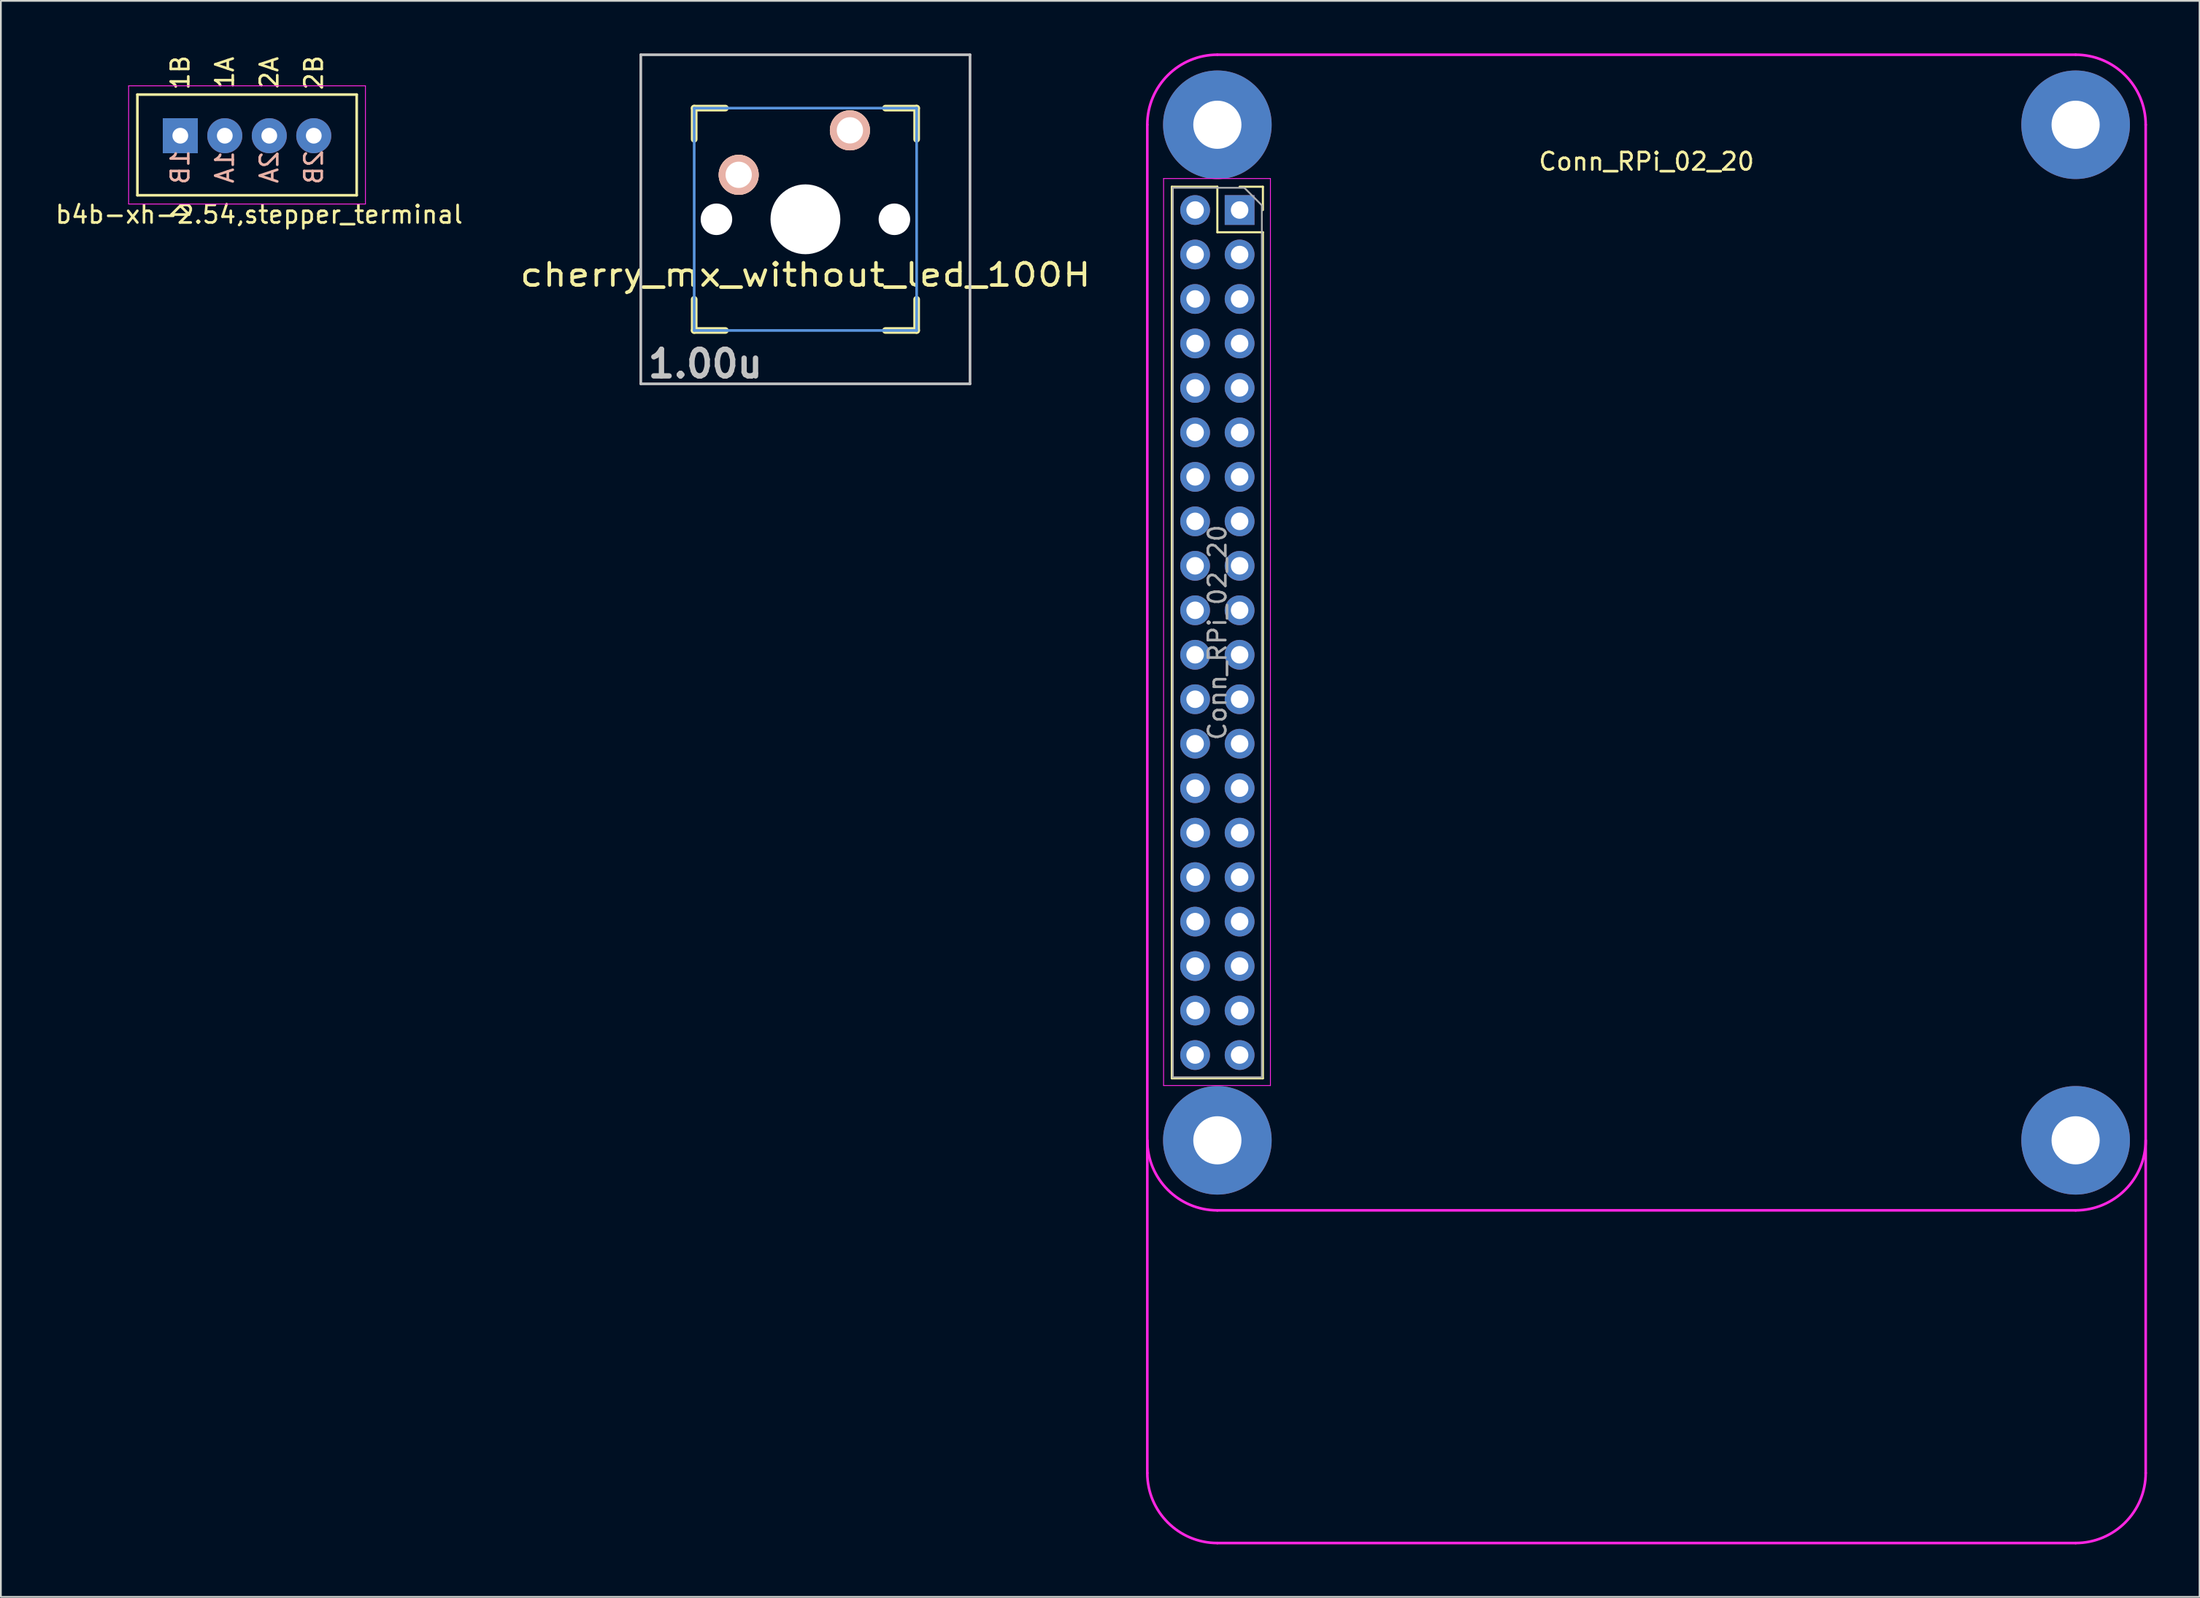
<source format=kicad_pcb>
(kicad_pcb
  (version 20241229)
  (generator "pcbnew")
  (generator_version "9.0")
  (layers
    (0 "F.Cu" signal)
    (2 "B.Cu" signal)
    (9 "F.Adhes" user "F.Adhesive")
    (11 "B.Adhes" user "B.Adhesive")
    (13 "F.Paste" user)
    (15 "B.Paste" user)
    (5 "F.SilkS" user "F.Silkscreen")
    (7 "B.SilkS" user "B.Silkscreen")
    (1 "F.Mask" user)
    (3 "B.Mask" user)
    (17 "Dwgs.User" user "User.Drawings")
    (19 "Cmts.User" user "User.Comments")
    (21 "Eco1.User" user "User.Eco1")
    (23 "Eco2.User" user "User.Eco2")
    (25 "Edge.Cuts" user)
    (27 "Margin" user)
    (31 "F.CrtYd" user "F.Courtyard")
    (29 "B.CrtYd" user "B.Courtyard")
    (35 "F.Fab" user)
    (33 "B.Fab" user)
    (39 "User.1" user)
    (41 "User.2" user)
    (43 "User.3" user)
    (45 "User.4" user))
  (footprint "cherry_mx_without_led_100H"
    (layer "F.Cu")
    (at 42.933 9.474)
    (property "Reference" "cherry_mx_without_led_100H" (at 0 3.175 0) (layer "F.SilkS") (effects (font (size 1.27 1.524) (thickness 0.203))))
    (attr through_hole)
    (fp_line (start -6.35 -6.35) (end -4.572 -6.35) (stroke (width 0.381) (type solid)) (layer "F.SilkS"))
    (fp_line (start -6.35 -4.572) (end -6.35 -6.35) (stroke (width 0.381) (type solid)) (layer "F.SilkS"))
    (fp_line (start -6.35 6.35) (end -6.35 4.572) (stroke (width 0.381) (type solid)) (layer "F.SilkS"))
    (fp_line (start -4.572 6.35) (end -6.35 6.35) (stroke (width 0.381) (type solid)) (layer "F.SilkS"))
    (fp_line (start 4.572 -6.35) (end 6.35 -6.35) (stroke (width 0.381) (type solid)) (layer "F.SilkS"))
    (fp_line (start 6.35 -6.35) (end 6.35 -4.572) (stroke (width 0.381) (type solid)) (layer "F.SilkS"))
    (fp_line (start 6.35 4.572) (end 6.35 6.35) (stroke (width 0.381) (type solid)) (layer "F.SilkS"))
    (fp_line (start 6.35 6.35) (end 4.572 6.35) (stroke (width 0.381) (type solid)) (layer "F.SilkS"))
    (fp_line (start -9.398 -9.398) (end 9.398 -9.398) (stroke (width 0.152) (type solid)) (layer "Dwgs.User"))
    (fp_line (start -9.398 9.398) (end -9.398 -9.398) (stroke (width 0.152) (type solid)) (layer "Dwgs.User"))
    (fp_line (start 9.398 -9.398) (end 9.398 9.398) (stroke (width 0.152) (type solid)) (layer "Dwgs.User"))
    (fp_line (start 9.398 9.398) (end -9.398 9.398) (stroke (width 0.152) (type solid)) (layer "Dwgs.User"))
    (fp_line (start -6.35 -6.35) (end 6.35 -6.35) (stroke (width 0.152) (type solid)) (layer "Cmts.User"))
    (fp_line (start -6.35 6.35) (end -6.35 -6.35) (stroke (width 0.152) (type solid)) (layer "Cmts.User"))
    (fp_line (start 6.35 -6.35) (end 6.35 6.35) (stroke (width 0.152) (type solid)) (layer "Cmts.User"))
    (fp_line (start 6.35 6.35) (end -6.35 6.35) (stroke (width 0.152) (type solid)) (layer "Cmts.User"))
    (fp_line (start -6.985 -6.985) (end 6.985 -6.985) (stroke (width 0.152) (type solid)) (layer "Eco2.User"))
    (fp_line (start -6.985 6.985) (end -6.985 -6.985) (stroke (width 0.152) (type solid)) (layer "Eco2.User"))
    (fp_line (start 6.985 -6.985) (end 6.985 6.985) (stroke (width 0.152) (type solid)) (layer "Eco2.User"))
    (fp_line (start 6.985 6.985) (end -6.985 6.985) (stroke (width 0.152) (type solid)) (layer "Eco2.User"))
    (fp_text user "1.00u" (at -5.715 8.255 0) (layer "Dwgs.User") (effects (font (size 1.524 1.524) (thickness 0.305))))
    (pad "" np_thru_hole circle (at -5.08 0) (size 1.8 1.8) (drill 1.8) (layers "*.Cu"))
    (pad "" np_thru_hole circle (at 0 0) (size 3.988 3.988) (drill 3.988) (layers "*.Cu"))
    (pad "" np_thru_hole circle (at 5.08 0) (size 1.8 1.8) (drill 1.8) (layers "*.Cu"))
    (pad "1" thru_hole circle (at 2.54 -5.08) (size 2.286 2.286) (drill 1.499) (layers "*.Cu" "*.SilkS" "*.Mask"))
    (pad "2" thru_hole circle (at -3.81 -2.54) (size 2.286 2.286) (drill 1.499) (layers "*.Cu" "*.SilkS" "*.Mask")))
  (footprint "b4b-xh-2.54,stepper_terminal"
    (layer "F.Cu")
    (at 7.244 4.701)
    (property "Reference" "b4b-xh-2.54,stepper_terminal" (at 4.5 4.5 0) (layer "F.SilkS") (effects (font (size 1 1) (thickness 0.15))))
    (attr through_hole)
    (fp_line (start -2.45 -2.35) (end -2.45 3.4) (stroke (width 0.15) (type solid)) (layer "F.SilkS"))
    (fp_line (start -2.45 -2.35) (end 10.07 -2.35) (stroke (width 0.15) (type solid)) (layer "F.SilkS"))
    (fp_line (start -2.45 3.4) (end 10.07 3.4) (stroke (width 0.15) (type solid)) (layer "F.SilkS"))
    (fp_line (start -0.5 4.5) (end 0.5 4.5) (stroke (width 0.15) (type solid)) (layer "F.SilkS"))
    (fp_line (start 0 4) (end -0.5 4.5) (stroke (width 0.15) (type solid)) (layer "F.SilkS"))
    (fp_line (start 0 4) (end 0.5 4.5) (stroke (width 0.15) (type solid)) (layer "F.SilkS"))
    (fp_line (start 10.07 -2.35) (end 10.07 3.4) (stroke (width 0.15) (type solid)) (layer "F.SilkS"))
    (fp_line (start -2.95 -2.85) (end -2.95 3.9) (stroke (width 0.05) (type solid)) (layer "F.CrtYd"))
    (fp_line (start -2.95 -2.85) (end 10.57 -2.85) (stroke (width 0.05) (type solid)) (layer "F.CrtYd"))
    (fp_line (start -2.95 3.9) (end 10.57 3.9) (stroke (width 0.05) (type solid)) (layer "F.CrtYd"))
    (fp_line (start 10.57 -2.85) (end 10.57 3.9) (stroke (width 0.05) (type solid)) (layer "F.CrtYd"))
    (fp_text user "2B" (at 7.62 -3.6 90) (layer "F.SilkS") (effects (font (size 1 1) (thickness 0.15))))
    (fp_text user "1B" (at 0 -3.6 90) (layer "F.SilkS") (effects (font (size 1 1) (thickness 0.15))))
    (fp_text user "2A" (at 5.08 -3.6 90) (layer "F.SilkS") (effects (font (size 1 1) (thickness 0.15))))
    (fp_text user "1A" (at 2.54 -3.6 90) (layer "F.SilkS") (effects (font (size 1 1) (thickness 0.15))))
    (fp_text user "2B" (at 7.62 1.8 90) (layer "B.SilkS") (effects (font (size 1 1) (thickness 0.15)) (justify mirror)))
    (fp_text user "1A" (at 2.54 1.8 90) (layer "B.SilkS") (effects (font (size 1 1) (thickness 0.15)) (justify mirror)))
    (fp_text user "1B" (at 0 1.8 90) (layer "B.SilkS") (effects (font (size 1 1) (thickness 0.15)) (justify mirror)))
    (fp_text user "2A" (at 5.08 1.8 90) (layer "B.SilkS") (effects (font (size 1 1) (thickness 0.15)) (justify mirror)))
    (pad "1" thru_hole rect (at 0 0) (size 2 2) (drill 0.9) (layers "*.Cu" "*.Mask"))
    (pad "2" thru_hole circle (at 2.54 0) (size 2 2) (drill 0.9) (layers "*.Cu" "*.Mask"))
    (pad "3" thru_hole circle (at 5.08 0) (size 2 2) (drill 0.9) (layers "*.Cu" "*.Mask"))
    (pad "4" thru_hole circle (at 7.62 0) (size 2 2) (drill 0.9) (layers "*.Cu" "*.Mask")))
  (footprint "Conn_RPi_02_20"
    (layer "F.Cu")
    (at 90.952 33.075)
    (property "Reference" "Conn_RPi_02_20" (at 0 -26.9 0) (layer "F.SilkS") (effects (font (size 1 1) (thickness 0.15))))
    (attr through_hole)
    (fp_line (start -27.1 -25.46) (end -27.1 25.46) (stroke (width 0.12) (type solid)) (layer "F.SilkS"))
    (fp_line (start -27.1 -25.46) (end -24.5 -25.46) (stroke (width 0.12) (type solid)) (layer "F.SilkS"))
    (fp_line (start -27.1 25.46) (end -21.9 25.46) (stroke (width 0.12) (type solid)) (layer "F.SilkS"))
    (fp_line (start -24.5 -25.46) (end -24.5 -22.86) (stroke (width 0.12) (type solid)) (layer "F.SilkS"))
    (fp_line (start -24.5 -22.86) (end -21.9 -22.86) (stroke (width 0.12) (type solid)) (layer "F.SilkS"))
    (fp_line (start -23.23 -25.46) (end -21.9 -25.46) (stroke (width 0.12) (type solid)) (layer "F.SilkS"))
    (fp_line (start -21.9 -25.46) (end -21.9 -24.13) (stroke (width 0.12) (type solid)) (layer "F.SilkS"))
    (fp_line (start -21.9 -22.86) (end -21.9 25.46) (stroke (width 0.12) (type solid)) (layer "F.SilkS"))
    (fp_line (start -28.5 -29) (end -28.5 48) (stroke (width 0.15) (type solid)) (layer "F.CrtYd"))
    (fp_line (start -27.57 -25.93) (end -21.47 -25.93) (stroke (width 0.05) (type solid)) (layer "F.CrtYd"))
    (fp_line (start -27.57 25.87) (end -27.57 -25.93) (stroke (width 0.05) (type solid)) (layer "F.CrtYd"))
    (fp_line (start -24.5 -33) (end 24.5 -33) (stroke (width 0.15) (type solid)) (layer "F.CrtYd"))
    (fp_line (start -24.5 33) (end 24.5 33) (stroke (width 0.15) (type solid)) (layer "F.CrtYd"))
    (fp_line (start -24.5 52) (end 24.5 52) (stroke (width 0.15) (type solid)) (layer "F.CrtYd"))
    (fp_line (start -21.47 -25.93) (end -21.47 25.87) (stroke (width 0.05) (type solid)) (layer "F.CrtYd"))
    (fp_line (start -21.47 25.87) (end -27.57 25.87) (stroke (width 0.05) (type solid)) (layer "F.CrtYd"))
    (fp_line (start 28.5 48) (end 28.5 -29) (stroke (width 0.15) (type solid)) (layer "F.CrtYd"))
    (fp_arc (start -28.5 -29) (mid -27.328427 -31.828427) (end -24.5 -33) (stroke (width 0.15) (type solid)) (layer "F.CrtYd"))
    (fp_arc (start -24.5 33) (mid -27.328427 31.828427) (end -28.5 29) (stroke (width 0.15) (type solid)) (layer "F.CrtYd"))
    (fp_arc (start -24.5 52) (mid -27.328427 50.828427) (end -28.5 48) (stroke (width 0.15) (type solid)) (layer "F.CrtYd"))
    (fp_arc (start 24.5 -33) (mid 27.328427 -31.828427) (end 28.5 -29) (stroke (width 0.15) (type solid)) (layer "F.CrtYd"))
    (fp_arc (start 28.5 29) (mid 27.328427 31.828427) (end 24.5 33) (stroke (width 0.15) (type solid)) (layer "F.CrtYd"))
    (fp_arc (start 28.5 48) (mid 27.328427 50.828427) (end 24.5 52) (stroke (width 0.15) (type solid)) (layer "F.CrtYd"))
    (fp_line (start -27.04 -25.4) (end -22.96 -25.4) (stroke (width 0.1) (type solid)) (layer "F.Fab"))
    (fp_line (start -27.04 25.4) (end -27.04 -25.4) (stroke (width 0.1) (type solid)) (layer "F.Fab"))
    (fp_line (start -22.96 -25.4) (end -21.96 -24.4) (stroke (width 0.1) (type solid)) (layer "F.Fab"))
    (fp_line (start -21.96 -24.4) (end -21.96 25.4) (stroke (width 0.1) (type solid)) (layer "F.Fab"))
    (fp_line (start -21.96 25.4) (end -27.04 25.4) (stroke (width 0.1) (type solid)) (layer "F.Fab"))
    (fp_text user "${REFERENCE}" (at -24.5 0 90) (layer "F.Fab") (effects (font (size 1 1) (thickness 0.15))))
    (pad "" np_thru_hole circle (at -24.5 -29) (size 6.2 6.2) (drill 2.75) (layers "*.Cu" "*.Mask"))
    (pad "" np_thru_hole circle (at -24.5 29) (size 6.2 6.2) (drill 2.75) (layers "*.Cu" "*.Mask"))
    (pad "" np_thru_hole circle (at 24.5 -29) (size 6.2 6.2) (drill 2.75) (layers "*.Cu" "*.Mask"))
    (pad "" np_thru_hole circle (at 24.5 29) (size 6.2 6.2) (drill 2.75) (layers "*.Cu" "*.Mask"))
    (pad "1" thru_hole rect (at -23.23 -24.13) (size 1.7 1.7) (drill 1) (layers "*.Cu" "*.Mask"))
    (pad "2" thru_hole oval (at -25.77 -24.13) (size 1.7 1.7) (drill 1) (layers "*.Cu" "*.Mask"))
    (pad "3" thru_hole oval (at -23.23 -21.59) (size 1.7 1.7) (drill 1) (layers "*.Cu" "*.Mask"))
    (pad "4" thru_hole oval (at -25.77 -21.59) (size 1.7 1.7) (drill 1) (layers "*.Cu" "*.Mask"))
    (pad "5" thru_hole oval (at -23.23 -19.05) (size 1.7 1.7) (drill 1) (layers "*.Cu" "*.Mask"))
    (pad "6" thru_hole oval (at -25.77 -19.05) (size 1.7 1.7) (drill 1) (layers "*.Cu" "*.Mask"))
    (pad "7" thru_hole oval (at -23.23 -16.51) (size 1.7 1.7) (drill 1) (layers "*.Cu" "*.Mask"))
    (pad "8" thru_hole oval (at -25.77 -16.51) (size 1.7 1.7) (drill 1) (layers "*.Cu" "*.Mask"))
    (pad "9" thru_hole oval (at -23.23 -13.97) (size 1.7 1.7) (drill 1) (layers "*.Cu" "*.Mask"))
    (pad "10" thru_hole oval (at -25.77 -13.97) (size 1.7 1.7) (drill 1) (layers "*.Cu" "*.Mask"))
    (pad "11" thru_hole oval (at -23.23 -11.43) (size 1.7 1.7) (drill 1) (layers "*.Cu" "*.Mask"))
    (pad "12" thru_hole oval (at -25.77 -11.43) (size 1.7 1.7) (drill 1) (layers "*.Cu" "*.Mask"))
    (pad "13" thru_hole oval (at -23.23 -8.89) (size 1.7 1.7) (drill 1) (layers "*.Cu" "*.Mask"))
    (pad "14" thru_hole oval (at -25.77 -8.89) (size 1.7 1.7) (drill 1) (layers "*.Cu" "*.Mask"))
    (pad "15" thru_hole oval (at -23.23 -6.35) (size 1.7 1.7) (drill 1) (layers "*.Cu" "*.Mask"))
    (pad "16" thru_hole oval (at -25.77 -6.35) (size 1.7 1.7) (drill 1) (layers "*.Cu" "*.Mask"))
    (pad "17" thru_hole oval (at -23.23 -3.81) (size 1.7 1.7) (drill 1) (layers "*.Cu" "*.Mask"))
    (pad "18" thru_hole oval (at -25.77 -3.81) (size 1.7 1.7) (drill 1) (layers "*.Cu" "*.Mask"))
    (pad "19" thru_hole oval (at -23.23 -1.27) (size 1.7 1.7) (drill 1) (layers "*.Cu" "*.Mask"))
    (pad "20" thru_hole oval (at -25.77 -1.27) (size 1.7 1.7) (drill 1) (layers "*.Cu" "*.Mask"))
    (pad "21" thru_hole oval (at -23.23 1.27) (size 1.7 1.7) (drill 1) (layers "*.Cu" "*.Mask"))
    (pad "22" thru_hole oval (at -25.77 1.27) (size 1.7 1.7) (drill 1) (layers "*.Cu" "*.Mask"))
    (pad "23" thru_hole oval (at -23.23 3.81) (size 1.7 1.7) (drill 1) (layers "*.Cu" "*.Mask"))
    (pad "24" thru_hole oval (at -25.77 3.81) (size 1.7 1.7) (drill 1) (layers "*.Cu" "*.Mask"))
    (pad "25" thru_hole oval (at -23.23 6.35) (size 1.7 1.7) (drill 1) (layers "*.Cu" "*.Mask"))
    (pad "26" thru_hole oval (at -25.77 6.35) (size 1.7 1.7) (drill 1) (layers "*.Cu" "*.Mask"))
    (pad "27" thru_hole oval (at -23.23 8.89) (size 1.7 1.7) (drill 1) (layers "*.Cu" "*.Mask"))
    (pad "28" thru_hole oval (at -25.77 8.89) (size 1.7 1.7) (drill 1) (layers "*.Cu" "*.Mask"))
    (pad "29" thru_hole oval (at -23.23 11.43) (size 1.7 1.7) (drill 1) (layers "*.Cu" "*.Mask"))
    (pad "30" thru_hole oval (at -25.77 11.43) (size 1.7 1.7) (drill 1) (layers "*.Cu" "*.Mask"))
    (pad "31" thru_hole oval (at -23.23 13.97) (size 1.7 1.7) (drill 1) (layers "*.Cu" "*.Mask"))
    (pad "32" thru_hole oval (at -25.77 13.97) (size 1.7 1.7) (drill 1) (layers "*.Cu" "*.Mask"))
    (pad "33" thru_hole oval (at -23.23 16.51) (size 1.7 1.7) (drill 1) (layers "*.Cu" "*.Mask"))
    (pad "34" thru_hole oval (at -25.77 16.51) (size 1.7 1.7) (drill 1) (layers "*.Cu" "*.Mask"))
    (pad "35" thru_hole oval (at -23.23 19.05) (size 1.7 1.7) (drill 1) (layers "*.Cu" "*.Mask"))
    (pad "36" thru_hole oval (at -25.77 19.05) (size 1.7 1.7) (drill 1) (layers "*.Cu" "*.Mask"))
    (pad "37" thru_hole oval (at -23.23 21.59) (size 1.7 1.7) (drill 1) (layers "*.Cu" "*.Mask"))
    (pad "38" thru_hole oval (at -25.77 21.59) (size 1.7 1.7) (drill 1) (layers "*.Cu" "*.Mask"))
    (pad "39" thru_hole oval (at -23.23 24.13) (size 1.7 1.7) (drill 1) (layers "*.Cu" "*.Mask"))
    (pad "40" thru_hole oval (at -25.77 24.13) (size 1.7 1.7) (drill 1) (layers "*.Cu" "*.Mask")))
  (gr_rect
    (start -3 -3)
    (end 122.527 88.15)
    (stroke (width 0.1) (type default))
    (fill no)
    (layer "Edge.Cuts")))
</source>
